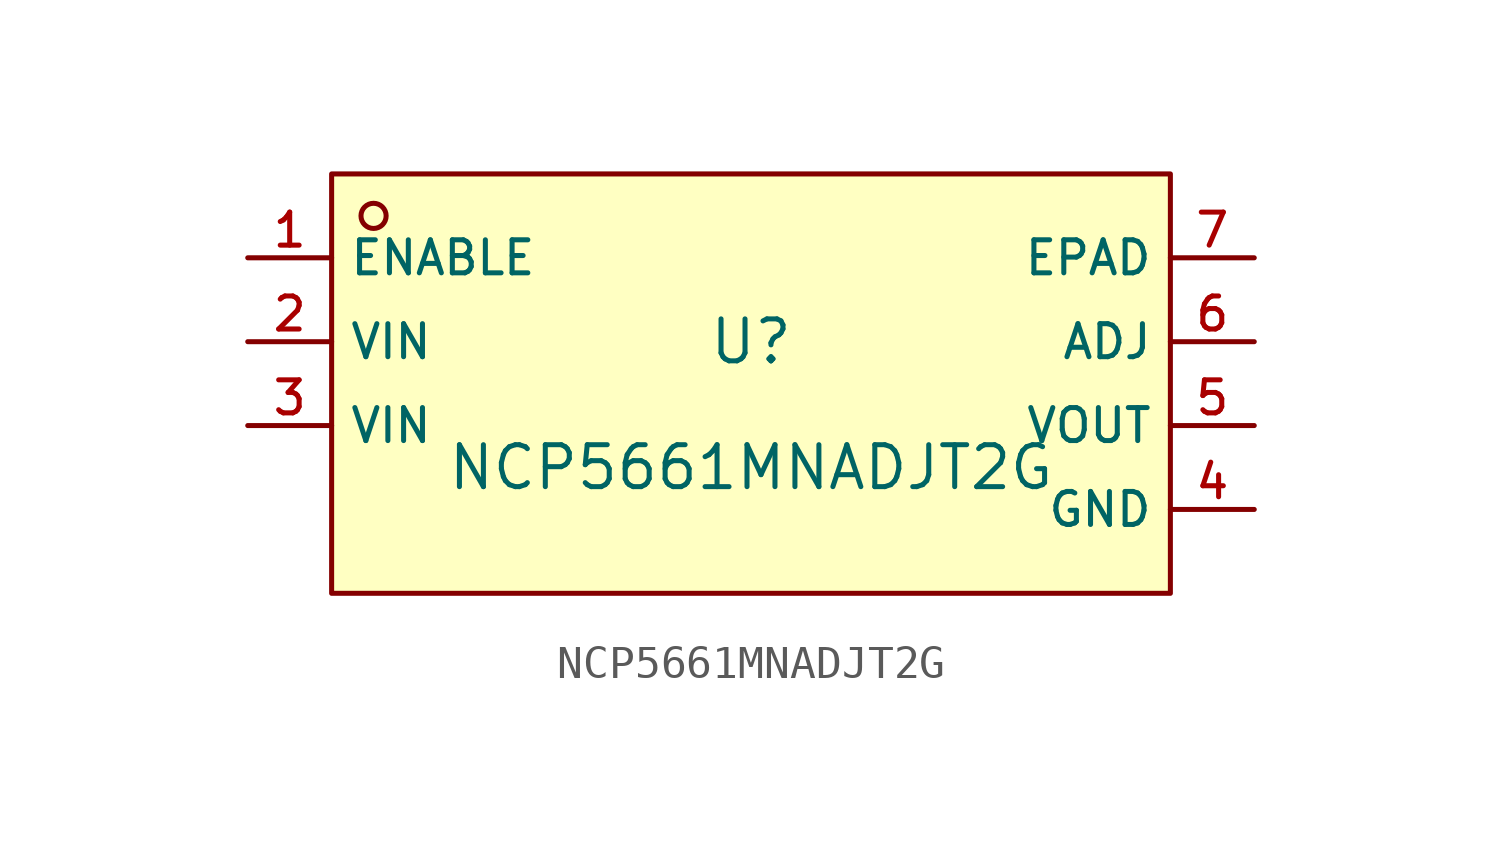
<source format=kicad_sym>
(kicad_symbol_lib
  (version 20210201)
  (generator TousstNicolas/JLC2KiCad_lib)
  (symbol "NCP5661MNADJT2G"
    (property "Reference" "U"
      (at 0 1.27 0)
      (effects (font (size 1.27 1.27))))
    (property "Value" "NCP5661MNADJT2G"
      (at 0 -2.54 0)
      (effects (font (size 1.27 1.27))))
    (symbol "NCP5661MNADJT2G_0_1"
      (rectangle (start -12.7 6.35) (end 12.7 -6.35) (stroke (width 0) (type default) (color 0 0 0 0)) (fill (type background)))
      (circle (center -11.43 5.08) (radius 0.381) (stroke (width 0) (type default) (color 0 0 0 0)) (fill (type background)))
      (pin unspecified line (at -15.24 3.81 0) (length 2.54) (name "ENABLE" (effects (font (size 1 1)))) (number "1" (effects (font (size 1 1)))))
      (pin unspecified line (at -15.24 1.27 0) (length 2.54) (name "VIN" (effects (font (size 1 1)))) (number "2" (effects (font (size 1 1)))))
      (pin unspecified line (at -15.24 -1.27 0) (length 2.54) (name "VIN" (effects (font (size 1 1)))) (number "3" (effects (font (size 1 1)))))
      (pin unspecified line (at 15.24 -3.81 180) (length 2.54) (name "GND" (effects (font (size 1 1)))) (number "4" (effects (font (size 1 1)))))
      (pin unspecified line (at 15.24 -1.27 180) (length 2.54) (name "VOUT" (effects (font (size 1 1)))) (number "5" (effects (font (size 1 1)))))
      (pin unspecified line (at 15.24 1.27 180) (length 2.54) (name "ADJ" (effects (font (size 1 1)))) (number "6" (effects (font (size 1 1)))))
      (pin unspecified line (at 15.24 3.81 180) (length 2.54) (name "EPAD" (effects (font (size 1 1)))) (number "7" (effects (font (size 1 1))))))))
</source>
